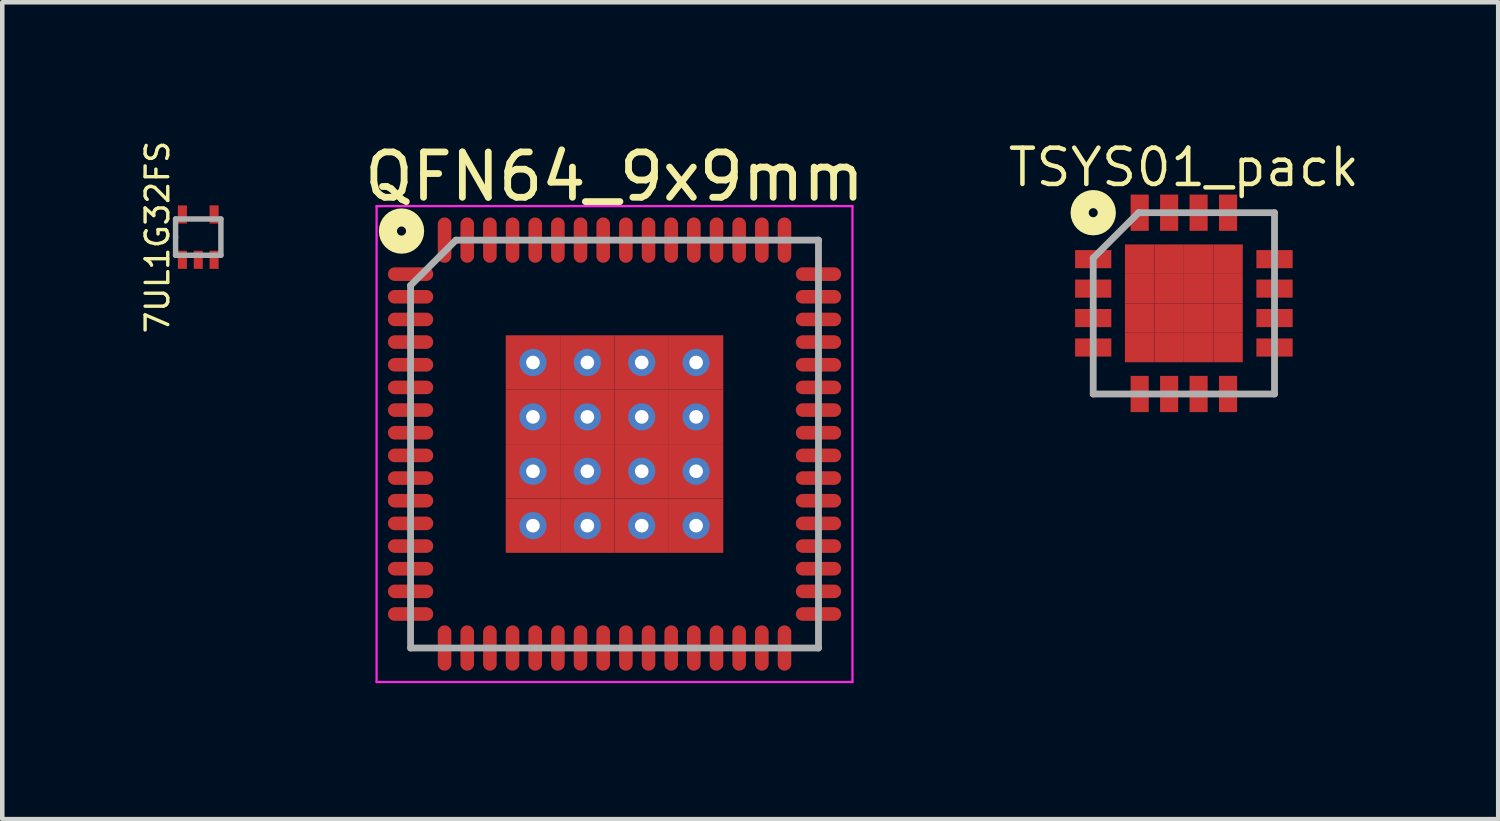
<source format=kicad_pcb>
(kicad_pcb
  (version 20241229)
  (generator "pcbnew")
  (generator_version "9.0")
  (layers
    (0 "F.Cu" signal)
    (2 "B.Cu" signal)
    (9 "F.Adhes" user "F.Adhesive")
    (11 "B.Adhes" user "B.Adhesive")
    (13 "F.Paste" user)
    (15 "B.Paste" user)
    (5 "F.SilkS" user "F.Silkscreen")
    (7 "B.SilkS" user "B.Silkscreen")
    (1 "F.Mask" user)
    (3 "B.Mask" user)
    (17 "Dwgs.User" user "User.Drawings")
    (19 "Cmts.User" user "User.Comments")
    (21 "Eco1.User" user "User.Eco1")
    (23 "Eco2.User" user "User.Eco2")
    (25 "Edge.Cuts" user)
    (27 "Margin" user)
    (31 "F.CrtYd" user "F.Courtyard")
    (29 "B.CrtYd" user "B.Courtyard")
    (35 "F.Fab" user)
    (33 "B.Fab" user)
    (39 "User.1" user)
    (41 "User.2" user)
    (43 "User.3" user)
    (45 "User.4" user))
  (footprint "TSYS01_pack"
    (layer "F.Cu")
    (at 23.071 3.643)
    (property "Reference" "TSYS01_pack" (at 0 -3 0) (layer "F.SilkS") (effects (font (size 0.8 0.8) (thickness 0.1))))
    (attr smd)
    (fp_circle (center -2 -2) (end -1.9 -2) (stroke (width 0.4) (type solid)) (fill no) (layer "F.SilkS"))
    (fp_line (start -2 -1) (end -2 2) (stroke (width 0.15) (type solid)) (layer "F.Fab"))
    (fp_line (start -2 2) (end 2 2) (stroke (width 0.15) (type solid)) (layer "F.Fab"))
    (fp_line (start -1 -2) (end -2 -1) (stroke (width 0.15) (type solid)) (layer "F.Fab"))
    (fp_line (start 2 -2) (end -1 -2) (stroke (width 0.15) (type solid)) (layer "F.Fab"))
    (fp_line (start 2 2) (end 2 -2) (stroke (width 0.15) (type solid)) (layer "F.Fab"))
    (pad "1" smd rect (at -2 -0.975 90) (size 0.4 0.8) (layers "F.Cu" "F.Mask" "F.Paste"))
    (pad "2" smd rect (at -2 -0.325 90) (size 0.4 0.8) (layers "F.Cu" "F.Mask" "F.Paste"))
    (pad "3" smd rect (at -2 0.325 90) (size 0.4 0.8) (layers "F.Cu" "F.Mask" "F.Paste"))
    (pad "4" smd rect (at -2 0.975 90) (size 0.4 0.8) (layers "F.Cu" "F.Mask" "F.Paste"))
    (pad "5" smd rect (at -0.975 2) (size 0.4 0.8) (layers "F.Cu" "F.Mask" "F.Paste"))
    (pad "6" smd rect (at -0.325 2) (size 0.4 0.8) (layers "F.Cu" "F.Mask" "F.Paste"))
    (pad "7" smd rect (at 0.325 2) (size 0.4 0.8) (layers "F.Cu" "F.Mask" "F.Paste"))
    (pad "8" smd rect (at 0.975 2) (size 0.4 0.8) (layers "F.Cu" "F.Mask" "F.Paste"))
    (pad "9" smd rect (at 2 0.975 90) (size 0.4 0.8) (layers "F.Cu" "F.Mask" "F.Paste"))
    (pad "10" smd rect (at 2 0.325 90) (size 0.4 0.8) (layers "F.Cu" "F.Mask" "F.Paste"))
    (pad "11" smd rect (at 2 -0.325 90) (size 0.4 0.8) (layers "F.Cu" "F.Mask" "F.Paste"))
    (pad "12" smd rect (at 2 -0.975 90) (size 0.4 0.8) (layers "F.Cu" "F.Mask" "F.Paste"))
    (pad "13" smd rect (at 0.975 -2) (size 0.4 0.8) (layers "F.Cu" "F.Mask" "F.Paste"))
    (pad "14" smd rect (at 0.325 -2) (size 0.4 0.8) (layers "F.Cu" "F.Mask" "F.Paste"))
    (pad "15" smd rect (at -0.325 -2) (size 0.4 0.8) (layers "F.Cu" "F.Mask" "F.Paste"))
    (pad "16" smd rect (at -0.975 -2) (size 0.4 0.8) (layers "F.Cu" "F.Mask" "F.Paste"))
    (pad "17" smd rect (at -0.975 -0.975) (size 0.65 0.65) (layers "F.Cu" "F.Mask" "F.Paste"))
    (pad "17" smd rect (at -0.975 -0.325) (size 0.65 0.65) (layers "F.Cu" "F.Mask" "F.Paste"))
    (pad "17" smd rect (at -0.975 0.325) (size 0.65 0.65) (layers "F.Cu" "F.Mask" "F.Paste"))
    (pad "17" smd rect (at -0.975 0.975) (size 0.65 0.65) (layers "F.Cu" "F.Mask" "F.Paste"))
    (pad "17" smd rect (at -0.325 -0.975) (size 0.65 0.65) (layers "F.Cu" "F.Mask" "F.Paste"))
    (pad "17" smd rect (at -0.325 -0.325) (size 0.65 0.65) (layers "F.Cu" "F.Mask" "F.Paste"))
    (pad "17" smd rect (at -0.325 0.325) (size 0.65 0.65) (layers "F.Cu" "F.Mask" "F.Paste"))
    (pad "17" smd rect (at -0.325 0.975) (size 0.65 0.65) (layers "F.Cu" "F.Mask" "F.Paste"))
    (pad "17" smd rect (at 0.325 -0.975) (size 0.65 0.65) (layers "F.Cu" "F.Mask" "F.Paste"))
    (pad "17" smd rect (at 0.325 -0.325) (size 0.65 0.65) (layers "F.Cu" "F.Mask" "F.Paste"))
    (pad "17" smd rect (at 0.325 0.325) (size 0.65 0.65) (layers "F.Cu" "F.Mask" "F.Paste"))
    (pad "17" smd rect (at 0.325 0.975) (size 0.65 0.65) (layers "F.Cu" "F.Mask" "F.Paste"))
    (pad "17" smd rect (at 0.975 -0.975) (size 0.65 0.65) (layers "F.Cu" "F.Mask" "F.Paste"))
    (pad "17" smd rect (at 0.975 -0.325) (size 0.65 0.65) (layers "F.Cu" "F.Mask" "F.Paste"))
    (pad "17" smd rect (at 0.975 0.325) (size 0.65 0.65) (layers "F.Cu" "F.Mask" "F.Paste"))
    (pad "17" smd rect (at 0.975 0.975) (size 0.65 0.65) (layers "F.Cu" "F.Mask" "F.Paste")))
  (footprint "7UL1G32FS"
    (layer "F.Cu")
    (at 1.324 2.182)
    (property "Reference" "7UL1G32FS" (at -0.9 0 270) (layer "F.SilkS") (effects (font (size 0.5 0.5) (thickness 0.075))))
    (attr smd)
    (fp_line (start -0.5 -0.4) (end 0.5 -0.4) (stroke (width 0.12) (type solid)) (layer "F.Fab"))
    (fp_line (start -0.5 0) (end -0.5 -0.4) (stroke (width 0.12) (type solid)) (layer "F.Fab"))
    (fp_line (start -0.5 0.4) (end -0.5 0) (stroke (width 0.12) (type solid)) (layer "F.Fab"))
    (fp_line (start 0.5 -0.4) (end 0.5 0.4) (stroke (width 0.12) (type solid)) (layer "F.Fab"))
    (fp_line (start 0.5 0.4) (end -0.5 0.4) (stroke (width 0.12) (type solid)) (layer "F.Fab"))
    (pad "1" smd rect (at -0.35 0.5) (size 0.2 0.4) (layers "F.Cu" "F.Mask" "F.Paste"))
    (pad "2" smd rect (at 0 0.5) (size 0.2 0.4) (layers "F.Cu" "F.Mask" "F.Paste"))
    (pad "3" smd rect (at 0.35 0.5) (size 0.2 0.4) (layers "F.Cu" "F.Mask" "F.Paste"))
    (pad "4" smd rect (at 0.35 -0.5) (size 0.2 0.4) (layers "F.Cu" "F.Mask" "F.Paste"))
    (pad "5" smd rect (at -0.35 -0.5) (size 0.2 0.4) (layers "F.Cu" "F.Mask" "F.Paste")))
  (footprint "QFN64_9x9mm"
    (layer "F.Cu")
    (at 10.509 6.748)
    (property "Reference" "QFN64_9x9mm" (at 0 -5.9 0) (layer "F.SilkS") (effects (font (size 1 1) (thickness 0.15))))
    (attr smd)
    (fp_circle (center -4.7 -4.7) (end -4.6 -4.7) (stroke (width 0.4) (type solid)) (fill no) (layer "F.SilkS"))
    (fp_line (start -5.25 -5.25) (end 5.25 -5.25) (stroke (width 0.05) (type solid)) (layer "F.CrtYd"))
    (fp_line (start -5.25 5.25) (end -5.25 -5.25) (stroke (width 0.05) (type solid)) (layer "F.CrtYd"))
    (fp_line (start 5.25 -5.25) (end 5.25 5.25) (stroke (width 0.05) (type solid)) (layer "F.CrtYd"))
    (fp_line (start 5.25 5.25) (end -5.25 5.25) (stroke (width 0.05) (type solid)) (layer "F.CrtYd"))
    (fp_line (start -4.5 -3.5) (end -4.5 4.5) (stroke (width 0.15) (type solid)) (layer "F.Fab"))
    (fp_line (start -4.5 4.5) (end 4.5 4.5) (stroke (width 0.15) (type solid)) (layer "F.Fab"))
    (fp_line (start -3.5 -4.5) (end -4.5 -3.5) (stroke (width 0.15) (type solid)) (layer "F.Fab"))
    (fp_line (start 4.5 -4.5) (end -3.5 -4.5) (stroke (width 0.15) (type solid)) (layer "F.Fab"))
    (fp_line (start 4.5 4.5) (end 4.5 -4.5) (stroke (width 0.15) (type solid)) (layer "F.Fab"))
    (pad "1" smd oval (at -4.5 -3.75 90) (size 0.3 1) (layers "F.Cu" "F.Mask" "F.Paste"))
    (pad "2" smd oval (at -4.5 -3.25 90) (size 0.3 1) (layers "F.Cu" "F.Mask" "F.Paste"))
    (pad "3" smd oval (at -4.5 -2.75 90) (size 0.3 1) (layers "F.Cu" "F.Mask" "F.Paste"))
    (pad "4" smd oval (at -4.5 -2.25 90) (size 0.3 1) (layers "F.Cu" "F.Mask" "F.Paste"))
    (pad "5" smd oval (at -4.5 -1.75 90) (size 0.3 1) (layers "F.Cu" "F.Mask" "F.Paste"))
    (pad "6" smd oval (at -4.5 -1.25 90) (size 0.3 1) (layers "F.Cu" "F.Mask" "F.Paste"))
    (pad "7" smd oval (at -4.5 -0.75 90) (size 0.3 1) (layers "F.Cu" "F.Mask" "F.Paste"))
    (pad "8" smd oval (at -4.5 -0.25 90) (size 0.3 1) (layers "F.Cu" "F.Mask" "F.Paste"))
    (pad "9" smd oval (at -4.5 0.25 90) (size 0.3 1) (layers "F.Cu" "F.Mask" "F.Paste"))
    (pad "10" smd oval (at -4.5 0.75 90) (size 0.3 1) (layers "F.Cu" "F.Mask" "F.Paste"))
    (pad "11" smd oval (at -4.5 1.25 90) (size 0.3 1) (layers "F.Cu" "F.Mask" "F.Paste"))
    (pad "12" smd oval (at -4.5 1.75 90) (size 0.3 1) (layers "F.Cu" "F.Mask" "F.Paste"))
    (pad "13" smd oval (at -4.5 2.25 90) (size 0.3 1) (layers "F.Cu" "F.Mask" "F.Paste"))
    (pad "14" smd oval (at -4.5 2.75 90) (size 0.3 1) (layers "F.Cu" "F.Mask" "F.Paste"))
    (pad "15" smd oval (at -4.5 3.25 90) (size 0.3 1) (layers "F.Cu" "F.Mask" "F.Paste"))
    (pad "16" smd oval (at -4.5 3.75 90) (size 0.3 1) (layers "F.Cu" "F.Mask" "F.Paste"))
    (pad "17" smd oval (at -3.75 4.5) (size 0.3 1) (layers "F.Cu" "F.Mask" "F.Paste"))
    (pad "18" smd oval (at -3.25 4.5) (size 0.3 1) (layers "F.Cu" "F.Mask" "F.Paste"))
    (pad "19" smd oval (at -2.75 4.5) (size 0.3 1) (layers "F.Cu" "F.Mask" "F.Paste"))
    (pad "20" smd oval (at -2.25 4.5) (size 0.3 1) (layers "F.Cu" "F.Mask" "F.Paste"))
    (pad "21" smd oval (at -1.75 4.5) (size 0.3 1) (layers "F.Cu" "F.Mask" "F.Paste"))
    (pad "22" smd oval (at -1.25 4.5) (size 0.3 1) (layers "F.Cu" "F.Mask" "F.Paste"))
    (pad "23" smd oval (at -0.75 4.5) (size 0.3 1) (layers "F.Cu" "F.Mask" "F.Paste"))
    (pad "24" smd oval (at -0.25 4.5) (size 0.3 1) (layers "F.Cu" "F.Mask" "F.Paste"))
    (pad "25" smd oval (at 0.25 4.5) (size 0.3 1) (layers "F.Cu" "F.Mask" "F.Paste"))
    (pad "26" smd oval (at 0.75 4.5) (size 0.3 1) (layers "F.Cu" "F.Mask" "F.Paste"))
    (pad "27" smd oval (at 1.25 4.5) (size 0.3 1) (layers "F.Cu" "F.Mask" "F.Paste"))
    (pad "28" smd oval (at 1.75 4.5) (size 0.3 1) (layers "F.Cu" "F.Mask" "F.Paste"))
    (pad "29" smd oval (at 2.25 4.5) (size 0.3 1) (layers "F.Cu" "F.Mask" "F.Paste"))
    (pad "30" smd oval (at 2.75 4.5) (size 0.3 1) (layers "F.Cu" "F.Mask" "F.Paste"))
    (pad "31" smd oval (at 3.25 4.5) (size 0.3 1) (layers "F.Cu" "F.Mask" "F.Paste"))
    (pad "32" smd oval (at 3.75 4.5) (size 0.3 1) (layers "F.Cu" "F.Mask" "F.Paste"))
    (pad "33" smd oval (at 4.5 3.75 90) (size 0.3 1) (layers "F.Cu" "F.Mask" "F.Paste"))
    (pad "34" smd oval (at 4.5 3.25 90) (size 0.3 1) (layers "F.Cu" "F.Mask" "F.Paste"))
    (pad "35" smd oval (at 4.5 2.75 90) (size 0.3 1) (layers "F.Cu" "F.Mask" "F.Paste"))
    (pad "36" smd oval (at 4.5 2.25 90) (size 0.3 1) (layers "F.Cu" "F.Mask" "F.Paste"))
    (pad "37" smd oval (at 4.5 1.75 90) (size 0.3 1) (layers "F.Cu" "F.Mask" "F.Paste"))
    (pad "38" smd oval (at 4.5 1.25 90) (size 0.3 1) (layers "F.Cu" "F.Mask" "F.Paste"))
    (pad "39" smd oval (at 4.5 0.75 90) (size 0.3 1) (layers "F.Cu" "F.Mask" "F.Paste"))
    (pad "40" smd oval (at 4.5 0.25 90) (size 0.3 1) (layers "F.Cu" "F.Mask" "F.Paste"))
    (pad "41" smd oval (at 4.5 -0.25 90) (size 0.3 1) (layers "F.Cu" "F.Mask" "F.Paste"))
    (pad "42" smd oval (at 4.5 -0.75 90) (size 0.3 1) (layers "F.Cu" "F.Mask" "F.Paste"))
    (pad "43" smd oval (at 4.5 -1.25 90) (size 0.3 1) (layers "F.Cu" "F.Mask" "F.Paste"))
    (pad "44" smd oval (at 4.5 -1.75 90) (size 0.3 1) (layers "F.Cu" "F.Mask" "F.Paste"))
    (pad "45" smd oval (at 4.5 -2.25 90) (size 0.3 1) (layers "F.Cu" "F.Mask" "F.Paste"))
    (pad "46" smd oval (at 4.5 -2.75 90) (size 0.3 1) (layers "F.Cu" "F.Mask" "F.Paste"))
    (pad "47" smd oval (at 4.5 -3.25 90) (size 0.3 1) (layers "F.Cu" "F.Mask" "F.Paste"))
    (pad "48" smd oval (at 4.5 -3.75 90) (size 0.3 1) (layers "F.Cu" "F.Mask" "F.Paste"))
    (pad "49" smd oval (at 3.75 -4.5) (size 0.3 1) (layers "F.Cu" "F.Mask" "F.Paste"))
    (pad "50" smd oval (at 3.25 -4.5) (size 0.3 1) (layers "F.Cu" "F.Mask" "F.Paste"))
    (pad "51" smd oval (at 2.75 -4.5) (size 0.3 1) (layers "F.Cu" "F.Mask" "F.Paste"))
    (pad "52" smd oval (at 2.25 -4.5) (size 0.3 1) (layers "F.Cu" "F.Mask" "F.Paste"))
    (pad "53" smd oval (at 1.75 -4.5) (size 0.3 1) (layers "F.Cu" "F.Mask" "F.Paste"))
    (pad "54" smd oval (at 1.25 -4.5) (size 0.3 1) (layers "F.Cu" "F.Mask" "F.Paste"))
    (pad "55" smd oval (at 0.75 -4.5) (size 0.3 1) (layers "F.Cu" "F.Mask" "F.Paste"))
    (pad "56" smd oval (at 0.25 -4.5) (size 0.3 1) (layers "F.Cu" "F.Mask" "F.Paste"))
    (pad "57" smd oval (at -0.25 -4.5) (size 0.3 1) (layers "F.Cu" "F.Mask" "F.Paste"))
    (pad "58" smd oval (at -0.75 -4.5) (size 0.3 1) (layers "F.Cu" "F.Mask" "F.Paste"))
    (pad "59" smd oval (at -1.25 -4.5) (size 0.3 1) (layers "F.Cu" "F.Mask" "F.Paste"))
    (pad "60" smd oval (at -1.75 -4.5) (size 0.3 1) (layers "F.Cu" "F.Mask" "F.Paste"))
    (pad "61" smd oval (at -2.25 -4.5) (size 0.3 1) (layers "F.Cu" "F.Mask" "F.Paste"))
    (pad "62" smd oval (at -2.75 -4.5) (size 0.3 1) (layers "F.Cu" "F.Mask" "F.Paste"))
    (pad "63" smd oval (at -3.25 -4.5) (size 0.3 1) (layers "F.Cu" "F.Mask" "F.Paste"))
    (pad "64" smd oval (at -3.75 -4.5) (size 0.3 1) (layers "F.Cu" "F.Mask" "F.Paste"))
    (pad "65" thru_hole circle (at -1.8 -1.8) (size 0.6 0.6) (drill 0.3) (layers "*.Cu" "*.Mask"))
    (pad "65" smd rect (at -1.8 -1.8) (size 1.2 1.2) (layers "F.Cu" "F.Mask" "F.Paste"))
    (pad "65" thru_hole circle (at -1.8 -0.6) (size 0.6 0.6) (drill 0.3) (layers "*.Cu" "*.Mask"))
    (pad "65" smd rect (at -1.8 -0.6) (size 1.2 1.2) (layers "F.Cu" "F.Mask" "F.Paste"))
    (pad "65" thru_hole circle (at -1.8 0.6) (size 0.6 0.6) (drill 0.3) (layers "*.Cu" "*.Mask"))
    (pad "65" smd rect (at -1.8 0.6) (size 1.2 1.2) (layers "F.Cu" "F.Mask" "F.Paste"))
    (pad "65" thru_hole circle (at -1.8 1.8) (size 0.6 0.6) (drill 0.3) (layers "*.Cu" "*.Mask"))
    (pad "65" smd rect (at -1.8 1.8) (size 1.2 1.2) (layers "F.Cu" "F.Mask" "F.Paste"))
    (pad "65" thru_hole circle (at -0.6 -1.8) (size 0.6 0.6) (drill 0.3) (layers "*.Cu" "*.Mask"))
    (pad "65" smd rect (at -0.6 -1.8) (size 1.2 1.2) (layers "F.Cu" "F.Mask" "F.Paste"))
    (pad "65" thru_hole circle (at -0.6 -0.6) (size 0.6 0.6) (drill 0.3) (layers "*.Cu" "*.Mask"))
    (pad "65" smd rect (at -0.6 -0.6) (size 1.2 1.2) (layers "F.Cu" "F.Mask" "F.Paste"))
    (pad "65" thru_hole circle (at -0.6 0.6) (size 0.6 0.6) (drill 0.3) (layers "*.Cu" "*.Mask"))
    (pad "65" smd rect (at -0.6 0.6) (size 1.2 1.2) (layers "F.Cu" "F.Mask" "F.Paste"))
    (pad "65" thru_hole circle (at -0.6 1.8) (size 0.6 0.6) (drill 0.3) (layers "*.Cu" "*.Mask"))
    (pad "65" smd rect (at -0.6 1.8) (size 1.2 1.2) (layers "F.Cu" "F.Mask" "F.Paste"))
    (pad "65" thru_hole circle (at 0.6 -1.8) (size 0.6 0.6) (drill 0.3) (layers "*.Cu" "*.Mask"))
    (pad "65" smd rect (at 0.6 -1.8) (size 1.2 1.2) (layers "F.Cu" "F.Mask" "F.Paste"))
    (pad "65" thru_hole circle (at 0.6 -0.6) (size 0.6 0.6) (drill 0.3) (layers "*.Cu" "*.Mask"))
    (pad "65" smd rect (at 0.6 -0.6) (size 1.2 1.2) (layers "F.Cu" "F.Mask" "F.Paste"))
    (pad "65" thru_hole circle (at 0.6 0.6) (size 0.6 0.6) (drill 0.3) (layers "*.Cu" "*.Mask"))
    (pad "65" smd rect (at 0.6 0.6) (size 1.2 1.2) (layers "F.Cu" "F.Mask" "F.Paste"))
    (pad "65" thru_hole circle (at 0.6 1.8) (size 0.6 0.6) (drill 0.3) (layers "*.Cu" "*.Mask"))
    (pad "65" smd rect (at 0.6 1.8) (size 1.2 1.2) (layers "F.Cu" "F.Mask" "F.Paste"))
    (pad "65" thru_hole circle (at 1.8 -1.8) (size 0.6 0.6) (drill 0.3) (layers "*.Cu" "*.Mask"))
    (pad "65" smd rect (at 1.8 -1.8) (size 1.2 1.2) (layers "F.Cu" "F.Mask" "F.Paste"))
    (pad "65" thru_hole circle (at 1.8 -0.6) (size 0.6 0.6) (drill 0.3) (layers "*.Cu" "*.Mask"))
    (pad "65" smd rect (at 1.8 -0.6) (size 1.2 1.2) (layers "F.Cu" "F.Mask" "F.Paste"))
    (pad "65" thru_hole circle (at 1.8 0.6) (size 0.6 0.6) (drill 0.3) (layers "*.Cu" "*.Mask"))
    (pad "65" smd rect (at 1.8 0.6) (size 1.2 1.2) (layers "F.Cu" "F.Mask" "F.Paste"))
    (pad "65" thru_hole circle (at 1.8 1.8) (size 0.6 0.6) (drill 0.3) (layers "*.Cu" "*.Mask"))
    (pad "65" smd rect (at 1.8 1.8) (size 1.2 1.2) (layers "F.Cu" "F.Mask" "F.Paste")))
  (gr_rect
    (start -3 -3)
    (end 30.007 15.023)
    (stroke (width 0.1) (type default))
    (fill no)
    (layer "Edge.Cuts")))
</source>
